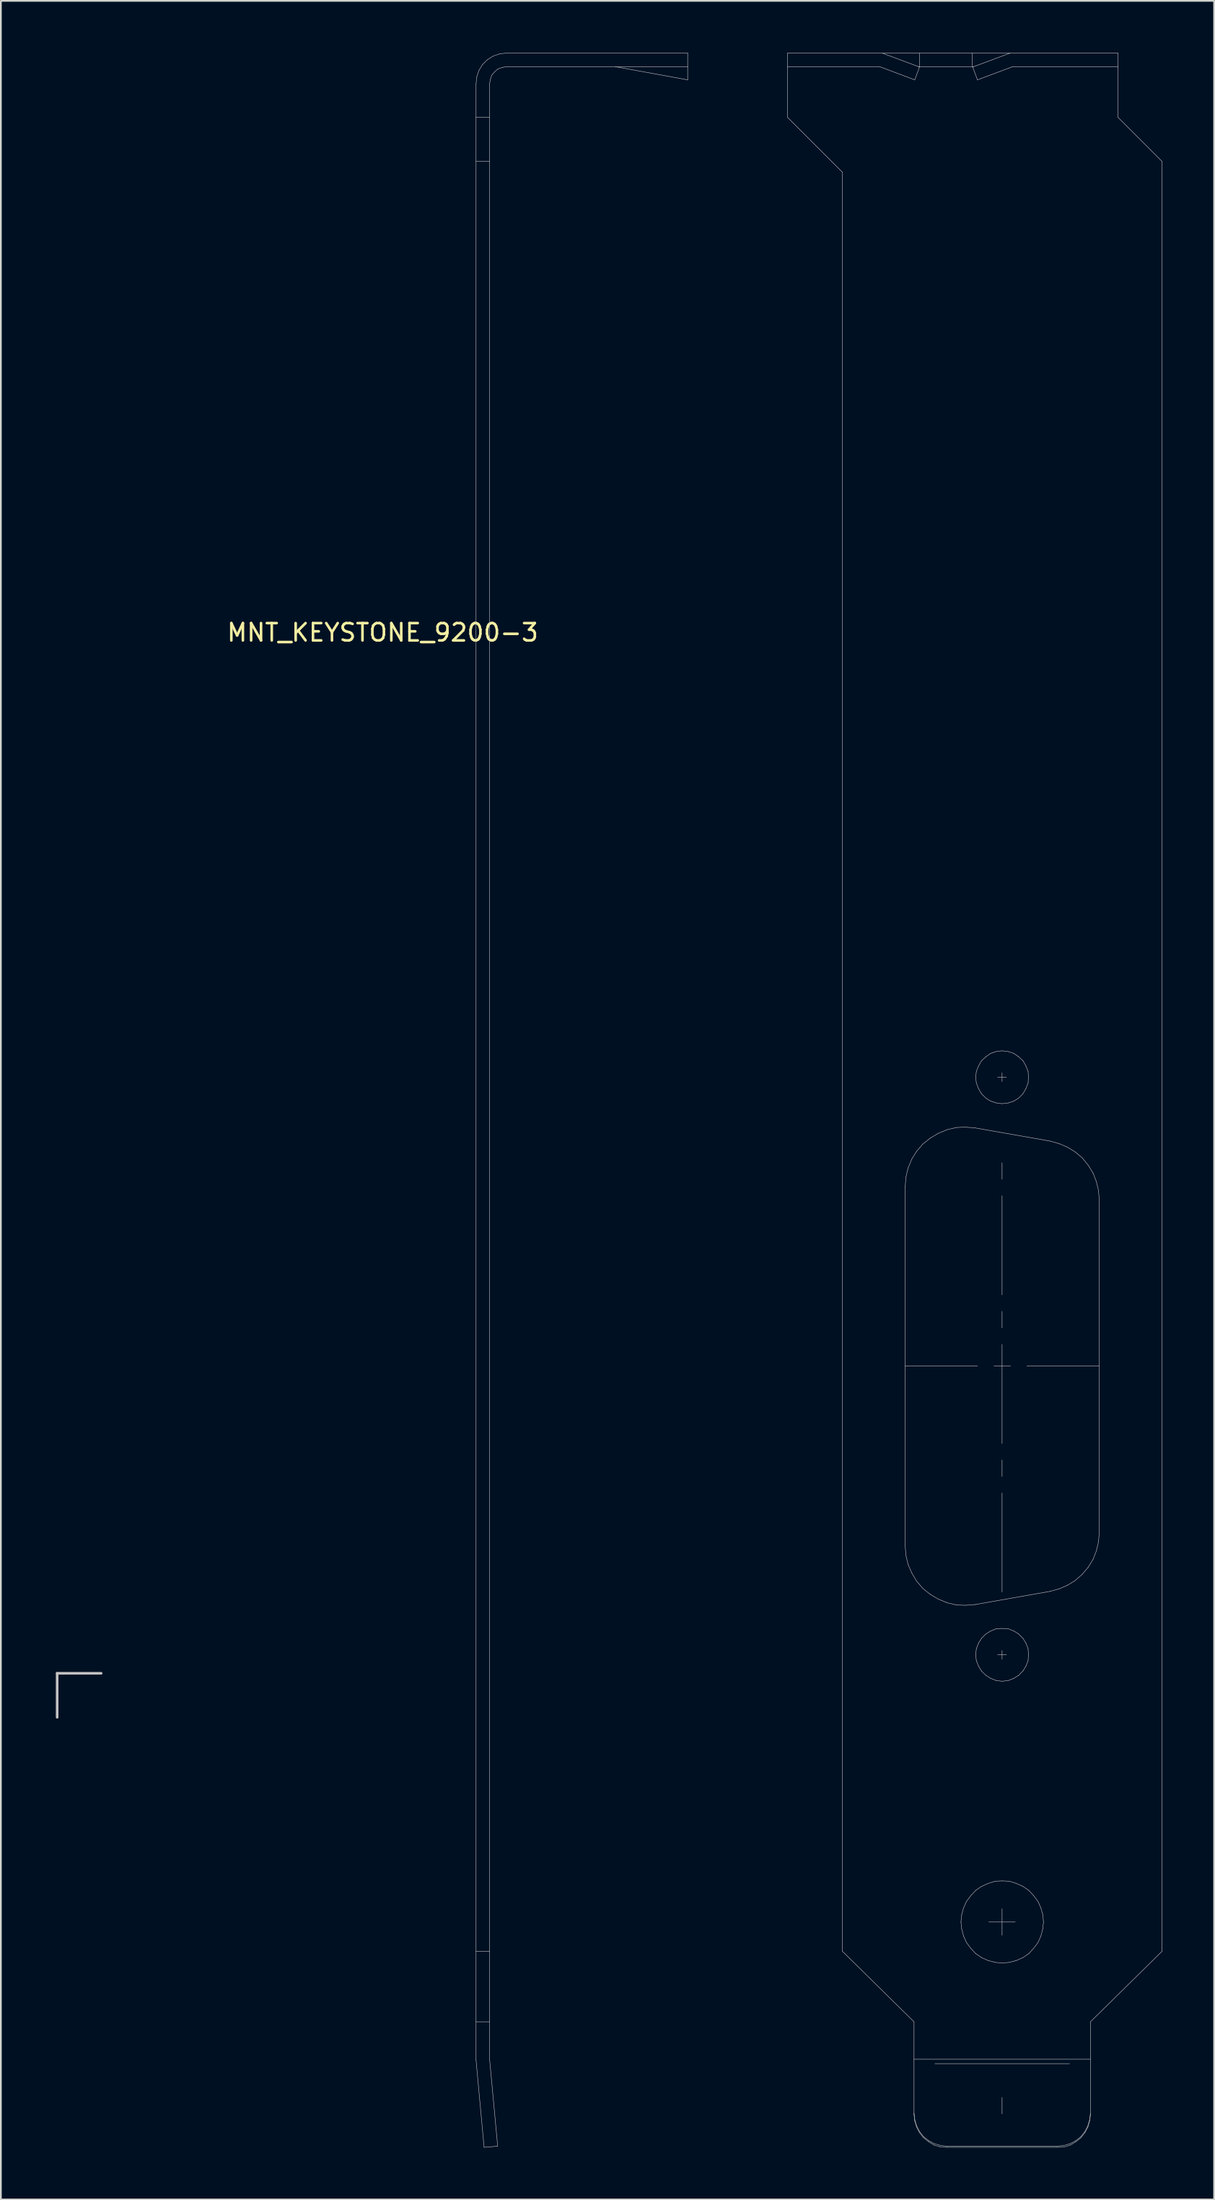
<source format=kicad_pcb>
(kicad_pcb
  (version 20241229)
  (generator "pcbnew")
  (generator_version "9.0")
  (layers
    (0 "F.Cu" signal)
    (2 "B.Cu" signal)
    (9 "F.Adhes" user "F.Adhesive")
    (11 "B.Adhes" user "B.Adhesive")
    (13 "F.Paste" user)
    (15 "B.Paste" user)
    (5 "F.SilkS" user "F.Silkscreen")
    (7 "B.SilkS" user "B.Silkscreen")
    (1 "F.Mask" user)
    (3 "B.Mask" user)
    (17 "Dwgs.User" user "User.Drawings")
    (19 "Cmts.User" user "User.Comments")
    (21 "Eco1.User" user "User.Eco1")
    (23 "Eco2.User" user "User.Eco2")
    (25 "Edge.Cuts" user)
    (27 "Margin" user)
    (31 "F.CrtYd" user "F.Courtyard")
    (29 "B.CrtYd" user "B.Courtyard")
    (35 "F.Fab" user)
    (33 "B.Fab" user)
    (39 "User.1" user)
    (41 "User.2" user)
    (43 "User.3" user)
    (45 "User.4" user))
  (footprint "MNT_KEYSTONE_9200-3"
    (layer "F.Cu")
    (at 0.25 93.529)
    (property "Reference" "MNT_KEYSTONE_9200-3" (at 18.796 -60.071 0) (layer "F.SilkS") (effects (font (size 1 1) (thickness 0.15))))
    (attr through_hole allow_missing_courtyard)
    (fp_line (start 0 0) (end 0 2.54) (stroke (width 0.15) (type solid)) (layer "Dwgs.User"))
    (fp_line (start 2.54 0) (end 0 0) (stroke (width 0.15) (type solid)) (layer "Dwgs.User"))
    (fp_line (start 24.186 -91.737) (end 24.229 -92.14) (stroke (width 0.025) (type solid)) (layer "Dwgs.User"))
    (fp_line (start 24.186 22.317) (end 24.186 -91.737) (stroke (width 0.025) (type solid)) (layer "Dwgs.User"))
    (fp_line (start 24.186 22.317) (end 24.652 27.358) (stroke (width 0.025) (type solid)) (layer "Dwgs.User"))
    (fp_line (start 24.229 -92.14) (end 24.356 -92.521) (stroke (width 0.025) (type solid)) (layer "Dwgs.User"))
    (fp_line (start 24.356 -92.521) (end 24.567 -92.86) (stroke (width 0.025) (type solid)) (layer "Dwgs.User"))
    (fp_line (start 24.567 -92.86) (end 24.843 -93.135) (stroke (width 0.025) (type solid)) (layer "Dwgs.User"))
    (fp_line (start 24.652 27.358) (end 25.436 27.294) (stroke (width 0.025) (type solid)) (layer "Dwgs.User"))
    (fp_line (start 24.843 -93.135) (end 25.182 -93.347) (stroke (width 0.025) (type solid)) (layer "Dwgs.User"))
    (fp_line (start 24.97 -91.737) (end 25.012 -91.991) (stroke (width 0.025) (type solid)) (layer "Dwgs.User"))
    (fp_line (start 24.97 -89.81) (end 24.186 -89.81) (stroke (width 0.025) (type solid)) (layer "Dwgs.User"))
    (fp_line (start 24.97 -87.268) (end 24.186 -87.268) (stroke (width 0.025) (type solid)) (layer "Dwgs.User"))
    (fp_line (start 24.97 16.048) (end 24.186 16.048) (stroke (width 0.025) (type solid)) (layer "Dwgs.User"))
    (fp_line (start 24.97 20.114) (end 24.186 20.114) (stroke (width 0.025) (type solid)) (layer "Dwgs.User"))
    (fp_line (start 24.97 22.274) (end 24.97 -91.737) (stroke (width 0.025) (type solid)) (layer "Dwgs.User"))
    (fp_line (start 24.97 22.274) (end 25.436 27.294) (stroke (width 0.025) (type solid)) (layer "Dwgs.User"))
    (fp_line (start 25.012 -91.991) (end 25.097 -92.245) (stroke (width 0.025) (type solid)) (layer "Dwgs.User"))
    (fp_line (start 25.097 -92.245) (end 25.266 -92.436) (stroke (width 0.025) (type solid)) (layer "Dwgs.User"))
    (fp_line (start 25.182 -93.347) (end 25.563 -93.474) (stroke (width 0.025) (type solid)) (layer "Dwgs.User"))
    (fp_line (start 25.266 -92.436) (end 25.457 -92.606) (stroke (width 0.025) (type solid)) (layer "Dwgs.User"))
    (fp_line (start 25.457 -92.606) (end 25.711 -92.69) (stroke (width 0.025) (type solid)) (layer "Dwgs.User"))
    (fp_line (start 25.563 -93.474) (end 25.965 -93.516) (stroke (width 0.025) (type solid)) (layer "Dwgs.User"))
    (fp_line (start 25.711 -92.69) (end 25.965 -92.733) (stroke (width 0.025) (type solid)) (layer "Dwgs.User"))
    (fp_line (start 25.965 -92.733) (end 36.407 -92.733) (stroke (width 0.025) (type solid)) (layer "Dwgs.User"))
    (fp_line (start 36.407 -93.516) (end 25.965 -93.516) (stroke (width 0.025) (type solid)) (layer "Dwgs.User"))
    (fp_line (start 36.407 -92.733) (end 36.407 -93.516) (stroke (width 0.025) (type solid)) (layer "Dwgs.User"))
    (fp_line (start 36.407 -92.733) (end 36.407 -91.97) (stroke (width 0.025) (type solid)) (layer "Dwgs.User"))
    (fp_line (start 36.407 -91.97) (end 32.213 -92.733) (stroke (width 0.025) (type solid)) (layer "Dwgs.User"))
    (fp_line (start 42.168 -93.516) (end 42.168 -89.81) (stroke (width 0.025) (type solid)) (layer "Dwgs.User"))
    (fp_line (start 42.168 -89.81) (end 45.345 -86.633) (stroke (width 0.025) (type solid)) (layer "Dwgs.User"))
    (fp_line (start 45.345 16.048) (end 45.345 -86.633) (stroke (width 0.025) (type solid)) (layer "Dwgs.User"))
    (fp_line (start 47.484 -92.733) (end 42.168 -92.733) (stroke (width 0.025) (type solid)) (layer "Dwgs.User"))
    (fp_line (start 47.484 -92.733) (end 49.518 -91.97) (stroke (width 0.025) (type solid)) (layer "Dwgs.User"))
    (fp_line (start 47.633 -93.516) (end 49.793 -92.711) (stroke (width 0.025) (type solid)) (layer "Dwgs.User"))
    (fp_line (start 48.967 -28.091) (end 48.967 -7.356) (stroke (width 0.025) (type solid)) (layer "Dwgs.User"))
    (fp_line (start 48.967 -17.734) (end 53.139 -17.734) (stroke (width 0.025) (type solid)) (layer "Dwgs.User"))
    (fp_line (start 48.967 -7.356) (end 49.009 -6.806) (stroke (width 0.025) (type solid)) (layer "Dwgs.User"))
    (fp_line (start 49.009 -28.642) (end 48.967 -28.091) (stroke (width 0.025) (type solid)) (layer "Dwgs.User"))
    (fp_line (start 49.009 -6.806) (end 49.136 -6.276) (stroke (width 0.025) (type solid)) (layer "Dwgs.User"))
    (fp_line (start 49.136 -29.172) (end 49.009 -28.642) (stroke (width 0.025) (type solid)) (layer "Dwgs.User"))
    (fp_line (start 49.136 -6.276) (end 49.348 -5.789) (stroke (width 0.025) (type solid)) (layer "Dwgs.User"))
    (fp_line (start 49.348 -29.68) (end 49.136 -29.172) (stroke (width 0.025) (type solid)) (layer "Dwgs.User"))
    (fp_line (start 49.348 -5.789) (end 49.624 -5.323) (stroke (width 0.025) (type solid)) (layer "Dwgs.User"))
    (fp_line (start 49.475 20.114) (end 45.345 16.048) (stroke (width 0.025) (type solid)) (layer "Dwgs.User"))
    (fp_line (start 49.475 25.388) (end 49.518 25.748) (stroke (width 0.025) (type solid)) (layer "Dwgs.User"))
    (fp_line (start 49.475 25.451) (end 49.475 20.114) (stroke (width 0.025) (type solid)) (layer "Dwgs.User"))
    (fp_line (start 49.475 25.451) (end 49.518 25.833) (stroke (width 0.025) (type solid)) (layer "Dwgs.User"))
    (fp_line (start 49.518 -91.97) (end 49.793 -92.711) (stroke (width 0.025) (type solid)) (layer "Dwgs.User"))
    (fp_line (start 49.518 25.748) (end 49.624 26.108) (stroke (width 0.025) (type solid)) (layer "Dwgs.User"))
    (fp_line (start 49.518 25.833) (end 49.624 26.193) (stroke (width 0.025) (type solid)) (layer "Dwgs.User"))
    (fp_line (start 49.624 -30.125) (end 49.348 -29.68) (stroke (width 0.025) (type solid)) (layer "Dwgs.User"))
    (fp_line (start 49.624 -5.323) (end 49.984 -4.899) (stroke (width 0.025) (type solid)) (layer "Dwgs.User"))
    (fp_line (start 49.624 26.108) (end 49.793 26.447) (stroke (width 0.025) (type solid)) (layer "Dwgs.User"))
    (fp_line (start 49.624 26.193) (end 49.793 26.51) (stroke (width 0.025) (type solid)) (layer "Dwgs.User"))
    (fp_line (start 49.793 -93.516) (end 49.793 -92.733) (stroke (width 0.025) (type solid)) (layer "Dwgs.User"))
    (fp_line (start 49.793 26.447) (end 50.026 26.743) (stroke (width 0.025) (type solid)) (layer "Dwgs.User"))
    (fp_line (start 49.793 26.51) (end 50.026 26.807) (stroke (width 0.025) (type solid)) (layer "Dwgs.User"))
    (fp_line (start 49.984 -30.548) (end 49.624 -30.125) (stroke (width 0.025) (type solid)) (layer "Dwgs.User"))
    (fp_line (start 49.984 -4.899) (end 50.407 -4.56) (stroke (width 0.025) (type solid)) (layer "Dwgs.User"))
    (fp_line (start 50.026 26.743) (end 50.323 26.976) (stroke (width 0.025) (type solid)) (layer "Dwgs.User"))
    (fp_line (start 50.026 26.807) (end 50.323 27.04) (stroke (width 0.025) (type solid)) (layer "Dwgs.User"))
    (fp_line (start 50.323 26.976) (end 50.64 27.146) (stroke (width 0.025) (type solid)) (layer "Dwgs.User"))
    (fp_line (start 50.323 27.04) (end 50.64 27.231) (stroke (width 0.025) (type solid)) (layer "Dwgs.User"))
    (fp_line (start 50.407 -30.887) (end 49.984 -30.548) (stroke (width 0.025) (type solid)) (layer "Dwgs.User"))
    (fp_line (start 50.407 -4.56) (end 50.873 -4.285) (stroke (width 0.025) (type solid)) (layer "Dwgs.User"))
    (fp_line (start 50.64 27.146) (end 51 27.252) (stroke (width 0.025) (type solid)) (layer "Dwgs.User"))
    (fp_line (start 50.64 27.231) (end 51 27.337) (stroke (width 0.025) (type solid)) (layer "Dwgs.User"))
    (fp_line (start 50.873 -31.163) (end 50.407 -30.887) (stroke (width 0.025) (type solid)) (layer "Dwgs.User"))
    (fp_line (start 50.873 -4.285) (end 51.382 -4.073) (stroke (width 0.025) (type solid)) (layer "Dwgs.User"))
    (fp_line (start 51 27.252) (end 51.382 27.294) (stroke (width 0.025) (type solid)) (layer "Dwgs.User"))
    (fp_line (start 51 27.337) (end 51.382 27.358) (stroke (width 0.025) (type solid)) (layer "Dwgs.User"))
    (fp_line (start 51.382 -31.374) (end 50.873 -31.163) (stroke (width 0.025) (type solid)) (layer "Dwgs.User"))
    (fp_line (start 51.382 -4.073) (end 51.911 -3.946) (stroke (width 0.025) (type solid)) (layer "Dwgs.User"))
    (fp_line (start 51.911 -31.501) (end 51.382 -31.374) (stroke (width 0.025) (type solid)) (layer "Dwgs.User"))
    (fp_line (start 51.911 -3.946) (end 52.441 -3.925) (stroke (width 0.025) (type solid)) (layer "Dwgs.User"))
    (fp_line (start 52.186 14.353) (end 52.229 14.756) (stroke (width 0.025) (type solid)) (layer "Dwgs.User"))
    (fp_line (start 52.229 13.93) (end 52.186 14.353) (stroke (width 0.025) (type solid)) (layer "Dwgs.User"))
    (fp_line (start 52.229 14.756) (end 52.335 15.158) (stroke (width 0.025) (type solid)) (layer "Dwgs.User"))
    (fp_line (start 52.335 13.548) (end 52.229 13.93) (stroke (width 0.025) (type solid)) (layer "Dwgs.User"))
    (fp_line (start 52.335 15.158) (end 52.504 15.539) (stroke (width 0.025) (type solid)) (layer "Dwgs.User"))
    (fp_line (start 52.441 -31.523) (end 51.911 -31.501) (stroke (width 0.025) (type solid)) (layer "Dwgs.User"))
    (fp_line (start 52.441 -3.925) (end 52.991 -3.967) (stroke (width 0.025) (type solid)) (layer "Dwgs.User"))
    (fp_line (start 52.504 13.167) (end 52.335 13.548) (stroke (width 0.025) (type solid)) (layer "Dwgs.User"))
    (fp_line (start 52.504 15.539) (end 52.758 15.878) (stroke (width 0.025) (type solid)) (layer "Dwgs.User"))
    (fp_line (start 52.758 12.828) (end 52.504 13.167) (stroke (width 0.025) (type solid)) (layer "Dwgs.User"))
    (fp_line (start 52.758 15.878) (end 53.034 16.175) (stroke (width 0.025) (type solid)) (layer "Dwgs.User"))
    (fp_line (start 52.843 -93.516) (end 52.843 -92.733) (stroke (width 0.025) (type solid)) (layer "Dwgs.User"))
    (fp_line (start 52.864 -92.711) (end 53.139 -91.97) (stroke (width 0.025) (type solid)) (layer "Dwgs.User"))
    (fp_line (start 52.928 -92.733) (end 49.73 -92.733) (stroke (width 0.025) (type solid)) (layer "Dwgs.User"))
    (fp_line (start 52.991 -31.48) (end 52.441 -31.523) (stroke (width 0.025) (type solid)) (layer "Dwgs.User"))
    (fp_line (start 52.991 -3.967) (end 57.333 -4.73) (stroke (width 0.025) (type solid)) (layer "Dwgs.User"))
    (fp_line (start 53.034 -34.403) (end 53.076 -34.064) (stroke (width 0.025) (type solid)) (layer "Dwgs.User"))
    (fp_line (start 53.034 -1.066) (end 53.076 -0.727) (stroke (width 0.025) (type solid)) (layer "Dwgs.User"))
    (fp_line (start 53.034 12.532) (end 52.758 12.828) (stroke (width 0.025) (type solid)) (layer "Dwgs.User"))
    (fp_line (start 53.034 16.175) (end 53.372 16.408) (stroke (width 0.025) (type solid)) (layer "Dwgs.User"))
    (fp_line (start 53.076 -34.742) (end 53.034 -34.403) (stroke (width 0.025) (type solid)) (layer "Dwgs.User"))
    (fp_line (start 53.076 -34.064) (end 53.203 -33.746) (stroke (width 0.025) (type solid)) (layer "Dwgs.User"))
    (fp_line (start 53.076 -1.426) (end 53.034 -1.066) (stroke (width 0.025) (type solid)) (layer "Dwgs.User"))
    (fp_line (start 53.076 -0.727) (end 53.203 -0.409) (stroke (width 0.025) (type solid)) (layer "Dwgs.User"))
    (fp_line (start 53.203 -35.06) (end 53.076 -34.742) (stroke (width 0.025) (type solid)) (layer "Dwgs.User"))
    (fp_line (start 53.203 -33.746) (end 53.372 -33.45) (stroke (width 0.025) (type solid)) (layer "Dwgs.User"))
    (fp_line (start 53.203 -1.744) (end 53.076 -1.426) (stroke (width 0.025) (type solid)) (layer "Dwgs.User"))
    (fp_line (start 53.203 -0.409) (end 53.372 -0.134) (stroke (width 0.025) (type solid)) (layer "Dwgs.User"))
    (fp_line (start 53.372 -35.356) (end 53.203 -35.06) (stroke (width 0.025) (type solid)) (layer "Dwgs.User"))
    (fp_line (start 53.372 -33.45) (end 53.627 -33.196) (stroke (width 0.025) (type solid)) (layer "Dwgs.User"))
    (fp_line (start 53.372 -2.019) (end 53.203 -1.744) (stroke (width 0.025) (type solid)) (layer "Dwgs.User"))
    (fp_line (start 53.372 -0.134) (end 53.627 0.12) (stroke (width 0.025) (type solid)) (layer "Dwgs.User"))
    (fp_line (start 53.372 12.299) (end 53.034 12.532) (stroke (width 0.025) (type solid)) (layer "Dwgs.User"))
    (fp_line (start 53.372 16.408) (end 53.754 16.577) (stroke (width 0.025) (type solid)) (layer "Dwgs.User"))
    (fp_line (start 53.627 -35.589) (end 53.372 -35.356) (stroke (width 0.025) (type solid)) (layer "Dwgs.User"))
    (fp_line (start 53.627 -33.196) (end 53.902 -33.026) (stroke (width 0.025) (type solid)) (layer "Dwgs.User"))
    (fp_line (start 53.627 -2.273) (end 53.372 -2.019) (stroke (width 0.025) (type solid)) (layer "Dwgs.User"))
    (fp_line (start 53.627 0.12) (end 53.902 0.29) (stroke (width 0.025) (type solid)) (layer "Dwgs.User"))
    (fp_line (start 53.754 12.129) (end 53.372 12.299) (stroke (width 0.025) (type solid)) (layer "Dwgs.User"))
    (fp_line (start 53.754 16.577) (end 54.156 16.683) (stroke (width 0.025) (type solid)) (layer "Dwgs.User"))
    (fp_line (start 53.902 -35.78) (end 53.627 -35.589) (stroke (width 0.025) (type solid)) (layer "Dwgs.User"))
    (fp_line (start 53.902 -33.026) (end 54.22 -32.92) (stroke (width 0.025) (type solid)) (layer "Dwgs.User"))
    (fp_line (start 53.902 -2.443) (end 53.627 -2.273) (stroke (width 0.025) (type solid)) (layer "Dwgs.User"))
    (fp_line (start 53.902 0.29) (end 54.22 0.417) (stroke (width 0.025) (type solid)) (layer "Dwgs.User"))
    (fp_line (start 54.093 -17.734) (end 55.046 -17.734) (stroke (width 0.025) (type solid)) (layer "Dwgs.User"))
    (fp_line (start 54.156 12.002) (end 53.754 12.129) (stroke (width 0.025) (type solid)) (layer "Dwgs.User"))
    (fp_line (start 54.156 16.683) (end 54.559 16.725) (stroke (width 0.025) (type solid)) (layer "Dwgs.User"))
    (fp_line (start 54.22 -35.886) (end 53.902 -35.78) (stroke (width 0.025) (type solid)) (layer "Dwgs.User"))
    (fp_line (start 54.22 -32.92) (end 54.559 -32.878) (stroke (width 0.025) (type solid)) (layer "Dwgs.User"))
    (fp_line (start 54.22 -2.57) (end 53.902 -2.443) (stroke (width 0.025) (type solid)) (layer "Dwgs.User"))
    (fp_line (start 54.22 0.417) (end 54.559 0.459) (stroke (width 0.025) (type solid)) (layer "Dwgs.User"))
    (fp_line (start 54.559 -35.928) (end 54.22 -35.886) (stroke (width 0.025) (type solid)) (layer "Dwgs.User"))
    (fp_line (start 54.559 -34.149) (end 54.559 -34.657) (stroke (width 0.025) (type solid)) (layer "Dwgs.User"))
    (fp_line (start 54.559 -32.878) (end 54.919 -32.92) (stroke (width 0.025) (type solid)) (layer "Dwgs.User"))
    (fp_line (start 54.559 -28.515) (end 54.559 -29.468) (stroke (width 0.025) (type solid)) (layer "Dwgs.User"))
    (fp_line (start 54.559 -21.843) (end 54.559 -27.562) (stroke (width 0.025) (type solid)) (layer "Dwgs.User"))
    (fp_line (start 54.559 -19.937) (end 54.559 -20.89) (stroke (width 0.025) (type solid)) (layer "Dwgs.User"))
    (fp_line (start 54.559 -13.265) (end 54.559 -18.984) (stroke (width 0.025) (type solid)) (layer "Dwgs.User"))
    (fp_line (start 54.559 -11.359) (end 54.559 -12.312) (stroke (width 0.025) (type solid)) (layer "Dwgs.User"))
    (fp_line (start 54.559 -4.688) (end 54.559 -10.406) (stroke (width 0.025) (type solid)) (layer "Dwgs.User"))
    (fp_line (start 54.559 -2.591) (end 54.22 -2.57) (stroke (width 0.025) (type solid)) (layer "Dwgs.User"))
    (fp_line (start 54.559 -0.812) (end 54.559 -1.32) (stroke (width 0.025) (type solid)) (layer "Dwgs.User"))
    (fp_line (start 54.559 0.459) (end 54.919 0.417) (stroke (width 0.025) (type solid)) (layer "Dwgs.User"))
    (fp_line (start 54.559 11.981) (end 54.156 12.002) (stroke (width 0.025) (type solid)) (layer "Dwgs.User"))
    (fp_line (start 54.559 15.116) (end 54.559 13.591) (stroke (width 0.025) (type solid)) (layer "Dwgs.User"))
    (fp_line (start 54.559 16.725) (end 54.982 16.683) (stroke (width 0.025) (type solid)) (layer "Dwgs.User"))
    (fp_line (start 54.559 24.477) (end 54.559 25.43) (stroke (width 0.025) (type solid)) (layer "Dwgs.User"))
    (fp_line (start 54.813 -34.403) (end 54.304 -34.403) (stroke (width 0.025) (type solid)) (layer "Dwgs.User"))
    (fp_line (start 54.813 -1.066) (end 54.304 -1.066) (stroke (width 0.025) (type solid)) (layer "Dwgs.User"))
    (fp_line (start 54.919 -35.886) (end 54.559 -35.928) (stroke (width 0.025) (type solid)) (layer "Dwgs.User"))
    (fp_line (start 54.919 -32.92) (end 55.236 -33.026) (stroke (width 0.025) (type solid)) (layer "Dwgs.User"))
    (fp_line (start 54.919 -2.57) (end 54.559 -2.591) (stroke (width 0.025) (type solid)) (layer "Dwgs.User"))
    (fp_line (start 54.919 0.417) (end 55.236 0.29) (stroke (width 0.025) (type solid)) (layer "Dwgs.User"))
    (fp_line (start 54.982 12.002) (end 54.559 11.981) (stroke (width 0.025) (type solid)) (layer "Dwgs.User"))
    (fp_line (start 54.982 16.683) (end 55.385 16.577) (stroke (width 0.025) (type solid)) (layer "Dwgs.User"))
    (fp_line (start 55.025 -93.516) (end 52.864 -92.711) (stroke (width 0.025) (type solid)) (layer "Dwgs.User"))
    (fp_line (start 55.173 -92.733) (end 53.139 -91.97) (stroke (width 0.025) (type solid)) (layer "Dwgs.User"))
    (fp_line (start 55.236 -35.78) (end 54.919 -35.886) (stroke (width 0.025) (type solid)) (layer "Dwgs.User"))
    (fp_line (start 55.236 -33.026) (end 55.512 -33.196) (stroke (width 0.025) (type solid)) (layer "Dwgs.User"))
    (fp_line (start 55.236 -2.443) (end 54.919 -2.57) (stroke (width 0.025) (type solid)) (layer "Dwgs.User"))
    (fp_line (start 55.236 0.29) (end 55.512 0.12) (stroke (width 0.025) (type solid)) (layer "Dwgs.User"))
    (fp_line (start 55.321 14.353) (end 53.796 14.353) (stroke (width 0.025) (type solid)) (layer "Dwgs.User"))
    (fp_line (start 55.385 12.129) (end 54.982 12.002) (stroke (width 0.025) (type solid)) (layer "Dwgs.User"))
    (fp_line (start 55.385 16.577) (end 55.766 16.408) (stroke (width 0.025) (type solid)) (layer "Dwgs.User"))
    (fp_line (start 55.512 -35.589) (end 55.236 -35.78) (stroke (width 0.025) (type solid)) (layer "Dwgs.User"))
    (fp_line (start 55.512 -33.196) (end 55.766 -33.45) (stroke (width 0.025) (type solid)) (layer "Dwgs.User"))
    (fp_line (start 55.512 -2.273) (end 55.236 -2.443) (stroke (width 0.025) (type solid)) (layer "Dwgs.User"))
    (fp_line (start 55.512 0.12) (end 55.766 -0.134) (stroke (width 0.025) (type solid)) (layer "Dwgs.User"))
    (fp_line (start 55.766 -35.356) (end 55.512 -35.589) (stroke (width 0.025) (type solid)) (layer "Dwgs.User"))
    (fp_line (start 55.766 -33.45) (end 55.935 -33.746) (stroke (width 0.025) (type solid)) (layer "Dwgs.User"))
    (fp_line (start 55.766 -2.019) (end 55.512 -2.273) (stroke (width 0.025) (type solid)) (layer "Dwgs.User"))
    (fp_line (start 55.766 -0.134) (end 55.935 -0.409) (stroke (width 0.025) (type solid)) (layer "Dwgs.User"))
    (fp_line (start 55.766 12.299) (end 55.385 12.129) (stroke (width 0.025) (type solid)) (layer "Dwgs.User"))
    (fp_line (start 55.766 16.408) (end 56.105 16.175) (stroke (width 0.025) (type solid)) (layer "Dwgs.User"))
    (fp_line (start 55.935 -35.06) (end 55.766 -35.356) (stroke (width 0.025) (type solid)) (layer "Dwgs.User"))
    (fp_line (start 55.935 -33.746) (end 56.062 -34.064) (stroke (width 0.025) (type solid)) (layer "Dwgs.User"))
    (fp_line (start 55.935 -1.744) (end 55.766 -2.019) (stroke (width 0.025) (type solid)) (layer "Dwgs.User"))
    (fp_line (start 55.935 -0.409) (end 56.062 -0.727) (stroke (width 0.025) (type solid)) (layer "Dwgs.User"))
    (fp_line (start 55.999 -17.734) (end 60.171 -17.734) (stroke (width 0.025) (type solid)) (layer "Dwgs.User"))
    (fp_line (start 56.062 -34.742) (end 55.935 -35.06) (stroke (width 0.025) (type solid)) (layer "Dwgs.User"))
    (fp_line (start 56.062 -34.064) (end 56.084 -34.403) (stroke (width 0.025) (type solid)) (layer "Dwgs.User"))
    (fp_line (start 56.062 -1.426) (end 55.935 -1.744) (stroke (width 0.025) (type solid)) (layer "Dwgs.User"))
    (fp_line (start 56.062 -0.727) (end 56.084 -1.066) (stroke (width 0.025) (type solid)) (layer "Dwgs.User"))
    (fp_line (start 56.084 -34.403) (end 56.062 -34.742) (stroke (width 0.025) (type solid)) (layer "Dwgs.User"))
    (fp_line (start 56.084 -1.066) (end 56.062 -1.426) (stroke (width 0.025) (type solid)) (layer "Dwgs.User"))
    (fp_line (start 56.105 12.532) (end 55.766 12.299) (stroke (width 0.025) (type solid)) (layer "Dwgs.User"))
    (fp_line (start 56.105 16.175) (end 56.38 15.878) (stroke (width 0.025) (type solid)) (layer "Dwgs.User"))
    (fp_line (start 56.38 12.828) (end 56.105 12.532) (stroke (width 0.025) (type solid)) (layer "Dwgs.User"))
    (fp_line (start 56.38 15.878) (end 56.634 15.539) (stroke (width 0.025) (type solid)) (layer "Dwgs.User"))
    (fp_line (start 56.634 13.167) (end 56.38 12.828) (stroke (width 0.025) (type solid)) (layer "Dwgs.User"))
    (fp_line (start 56.634 15.539) (end 56.804 15.158) (stroke (width 0.025) (type solid)) (layer "Dwgs.User"))
    (fp_line (start 56.804 13.548) (end 56.634 13.167) (stroke (width 0.025) (type solid)) (layer "Dwgs.User"))
    (fp_line (start 56.804 15.158) (end 56.91 14.756) (stroke (width 0.025) (type solid)) (layer "Dwgs.User"))
    (fp_line (start 56.91 13.93) (end 56.804 13.548) (stroke (width 0.025) (type solid)) (layer "Dwgs.User"))
    (fp_line (start 56.91 14.756) (end 56.952 14.353) (stroke (width 0.025) (type solid)) (layer "Dwgs.User"))
    (fp_line (start 56.952 14.353) (end 56.91 13.93) (stroke (width 0.025) (type solid)) (layer "Dwgs.User"))
    (fp_line (start 57.333 -30.718) (end 52.991 -31.48) (stroke (width 0.025) (type solid)) (layer "Dwgs.User"))
    (fp_line (start 57.333 -4.73) (end 57.863 -4.878) (stroke (width 0.025) (type solid)) (layer "Dwgs.User"))
    (fp_line (start 57.757 27.294) (end 51.382 27.294) (stroke (width 0.025) (type solid)) (layer "Dwgs.User"))
    (fp_line (start 57.757 27.294) (end 58.138 27.252) (stroke (width 0.025) (type solid)) (layer "Dwgs.User"))
    (fp_line (start 57.757 27.358) (end 51.382 27.358) (stroke (width 0.025) (type solid)) (layer "Dwgs.User"))
    (fp_line (start 57.757 27.358) (end 58.138 27.337) (stroke (width 0.025) (type solid)) (layer "Dwgs.User"))
    (fp_line (start 57.863 -30.569) (end 57.333 -30.718) (stroke (width 0.025) (type solid)) (layer "Dwgs.User"))
    (fp_line (start 57.863 -4.878) (end 58.35 -5.09) (stroke (width 0.025) (type solid)) (layer "Dwgs.User"))
    (fp_line (start 58.138 27.252) (end 58.498 27.146) (stroke (width 0.025) (type solid)) (layer "Dwgs.User"))
    (fp_line (start 58.138 27.337) (end 58.498 27.231) (stroke (width 0.025) (type solid)) (layer "Dwgs.User"))
    (fp_line (start 58.35 -30.358) (end 57.863 -30.569) (stroke (width 0.025) (type solid)) (layer "Dwgs.User"))
    (fp_line (start 58.35 -5.09) (end 58.795 -5.365) (stroke (width 0.025) (type solid)) (layer "Dwgs.User"))
    (fp_line (start 58.456 22.529) (end 50.683 22.529) (stroke (width 0.025) (type solid)) (layer "Dwgs.User"))
    (fp_line (start 58.498 27.146) (end 58.816 26.976) (stroke (width 0.025) (type solid)) (layer "Dwgs.User"))
    (fp_line (start 58.498 27.231) (end 58.816 27.04) (stroke (width 0.025) (type solid)) (layer "Dwgs.User"))
    (fp_line (start 58.795 -30.082) (end 58.35 -30.358) (stroke (width 0.025) (type solid)) (layer "Dwgs.User"))
    (fp_line (start 58.795 -5.365) (end 59.197 -5.725) (stroke (width 0.025) (type solid)) (layer "Dwgs.User"))
    (fp_line (start 58.816 26.976) (end 59.112 26.743) (stroke (width 0.025) (type solid)) (layer "Dwgs.User"))
    (fp_line (start 58.816 27.04) (end 59.112 26.807) (stroke (width 0.025) (type solid)) (layer "Dwgs.User"))
    (fp_line (start 59.112 26.743) (end 59.345 26.447) (stroke (width 0.025) (type solid)) (layer "Dwgs.User"))
    (fp_line (start 59.112 26.807) (end 59.345 26.51) (stroke (width 0.025) (type solid)) (layer "Dwgs.User"))
    (fp_line (start 59.197 -29.743) (end 58.795 -30.082) (stroke (width 0.025) (type solid)) (layer "Dwgs.User"))
    (fp_line (start 59.197 -5.725) (end 59.536 -6.128) (stroke (width 0.025) (type solid)) (layer "Dwgs.User"))
    (fp_line (start 59.345 26.447) (end 59.515 26.108) (stroke (width 0.025) (type solid)) (layer "Dwgs.User"))
    (fp_line (start 59.345 26.51) (end 59.515 26.193) (stroke (width 0.025) (type solid)) (layer "Dwgs.User"))
    (fp_line (start 59.515 26.108) (end 59.621 25.748) (stroke (width 0.025) (type solid)) (layer "Dwgs.User"))
    (fp_line (start 59.515 26.193) (end 59.621 25.833) (stroke (width 0.025) (type solid)) (layer "Dwgs.User"))
    (fp_line (start 59.536 -29.32) (end 59.197 -29.743) (stroke (width 0.025) (type solid)) (layer "Dwgs.User"))
    (fp_line (start 59.536 -6.128) (end 59.811 -6.573) (stroke (width 0.025) (type solid)) (layer "Dwgs.User"))
    (fp_line (start 59.621 25.748) (end 59.663 25.388) (stroke (width 0.025) (type solid)) (layer "Dwgs.User"))
    (fp_line (start 59.621 25.833) (end 59.663 25.451) (stroke (width 0.025) (type solid)) (layer "Dwgs.User"))
    (fp_line (start 59.663 20.114) (end 63.793 16.048) (stroke (width 0.025) (type solid)) (layer "Dwgs.User"))
    (fp_line (start 59.663 22.274) (end 49.475 22.274) (stroke (width 0.025) (type solid)) (layer "Dwgs.User"))
    (fp_line (start 59.663 25.451) (end 59.663 20.114) (stroke (width 0.025) (type solid)) (layer "Dwgs.User"))
    (fp_line (start 59.811 -28.875) (end 59.536 -29.32) (stroke (width 0.025) (type solid)) (layer "Dwgs.User"))
    (fp_line (start 59.811 -6.573) (end 60.002 -7.06) (stroke (width 0.025) (type solid)) (layer "Dwgs.User"))
    (fp_line (start 60.002 -28.388) (end 59.811 -28.875) (stroke (width 0.025) (type solid)) (layer "Dwgs.User"))
    (fp_line (start 60.002 -7.06) (end 60.129 -7.589) (stroke (width 0.025) (type solid)) (layer "Dwgs.User"))
    (fp_line (start 60.129 -27.858) (end 60.002 -28.388) (stroke (width 0.025) (type solid)) (layer "Dwgs.User"))
    (fp_line (start 60.129 -7.589) (end 60.171 -8.119) (stroke (width 0.025) (type solid)) (layer "Dwgs.User"))
    (fp_line (start 60.171 -27.329) (end 60.129 -27.858) (stroke (width 0.025) (type solid)) (layer "Dwgs.User"))
    (fp_line (start 60.171 -8.119) (end 60.171 -27.329) (stroke (width 0.025) (type solid)) (layer "Dwgs.User"))
    (fp_line (start 61.251 -93.516) (end 42.168 -93.516) (stroke (width 0.025) (type solid)) (layer "Dwgs.User"))
    (fp_line (start 61.251 -93.516) (end 61.251 -89.81) (stroke (width 0.025) (type solid)) (layer "Dwgs.User"))
    (fp_line (start 61.251 -92.733) (end 55.173 -92.733) (stroke (width 0.025) (type solid)) (layer "Dwgs.User"))
    (fp_line (start 61.251 -89.81) (end 63.793 -87.268) (stroke (width 0.025) (type solid)) (layer "Dwgs.User"))
    (fp_line (start 63.793 -87.268) (end 63.793 16.048) (stroke (width 0.025) (type solid)) (layer "Dwgs.User")))
  (gr_rect
    (start -3 -3)
    (end 67.055 123.899)
    (stroke (width 0.1) (type default))
    (fill no)
    (layer "Edge.Cuts")))
</source>
